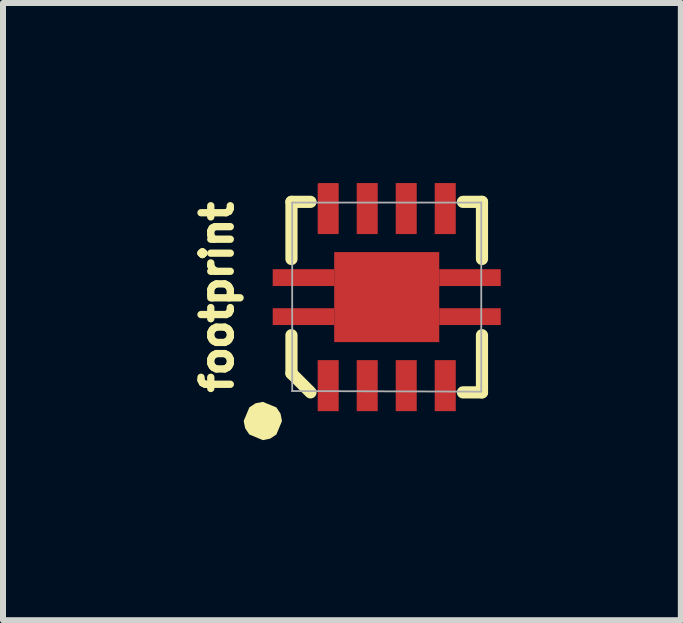
<source format=kicad_pcb>
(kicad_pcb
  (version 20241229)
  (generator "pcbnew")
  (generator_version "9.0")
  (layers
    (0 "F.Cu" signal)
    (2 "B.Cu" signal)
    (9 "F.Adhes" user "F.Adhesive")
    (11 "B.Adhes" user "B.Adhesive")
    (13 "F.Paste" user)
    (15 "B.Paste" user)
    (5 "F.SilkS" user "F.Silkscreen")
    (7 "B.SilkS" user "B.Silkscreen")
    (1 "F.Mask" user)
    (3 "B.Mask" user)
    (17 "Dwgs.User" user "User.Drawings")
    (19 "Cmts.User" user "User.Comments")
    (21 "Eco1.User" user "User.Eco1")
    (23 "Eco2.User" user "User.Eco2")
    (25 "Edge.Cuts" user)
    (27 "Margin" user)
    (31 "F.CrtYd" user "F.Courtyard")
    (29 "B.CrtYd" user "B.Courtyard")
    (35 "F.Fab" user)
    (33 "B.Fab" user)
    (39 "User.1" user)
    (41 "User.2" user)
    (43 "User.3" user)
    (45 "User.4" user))
  (footprint "footprint"
    (layer "F.Cu")
    (at 3.393 1.9)
    (property "Reference" "footprint" (at -2.54 0 90) (layer "F.SilkS") (effects (font (size 0.488 0.488) (thickness 0.122)) (justify bottom)))
    (fp_line (start -1.587 -1.587) (end -1.587 -0.635) (stroke (width 0.203) (type solid)) (layer "F.SilkS"))
    (fp_line (start -1.587 1.27) (end -1.587 0.635) (stroke (width 0.203) (type solid)) (layer "F.SilkS"))
    (fp_line (start -1.27 -1.587) (end -1.587 -1.587) (stroke (width 0.203) (type solid)) (layer "F.SilkS"))
    (fp_line (start -1.27 1.587) (end -1.587 1.27) (stroke (width 0.203) (type solid)) (layer "F.SilkS"))
    (fp_line (start 1.27 -1.587) (end 1.587 -1.587) (stroke (width 0.203) (type solid)) (layer "F.SilkS"))
    (fp_line (start 1.587 -1.587) (end 1.587 -0.635) (stroke (width 0.203) (type solid)) (layer "F.SilkS"))
    (fp_line (start 1.587 0.635) (end 1.587 1.587) (stroke (width 0.203) (type solid)) (layer "F.SilkS"))
    (fp_line (start 1.587 1.587) (end 1.27 1.587) (stroke (width 0.203) (type solid)) (layer "F.SilkS"))
    (fp_poly (pts (xy -1.838 1.838) (xy -1.769 1.942) (xy -1.745 2.064) (xy -1.838 2.289) (xy -1.942 2.358) (xy -2.064 2.383) (xy -2.289 2.289) (xy -2.358 2.186) (xy -2.383 2.064) (xy -2.289 1.838) (xy -2.186 1.769) (xy -2.064 1.745)) (stroke (width 0) (type solid)) (fill yes) (layer "F.SilkS"))
    (fp_poly (pts (xy 0.381 -0.381) (xy -0.381 -0.381) (xy -0.381 0.381) (xy 0.381 0.381)) (stroke (width 0) (type solid)) (fill yes) (layer "F.Paste"))
    (fp_line (start -1.575 -1.575) (end 1.575 -1.575) (stroke (width 0.03) (type solid)) (layer "F.Fab"))
    (fp_line (start -1.575 1.565) (end -1.575 -1.575) (stroke (width 0.03) (type solid)) (layer "F.Fab"))
    (fp_line (start 1.575 -1.575) (end 1.575 1.575) (stroke (width 0.03) (type solid)) (layer "F.Fab"))
    (fp_line (start 1.575 1.575) (end -1.575 1.565) (stroke (width 0.03) (type solid)) (layer "F.Fab"))
    (pad "1" smd rect (at -0.975 1.475 90) (size 0.85 0.35) (layers "F.Cu" "F.Mask" "F.Paste"))
    (pad "2" smd rect (at -0.325 1.475 90) (size 0.85 0.35) (layers "F.Cu" "F.Mask" "F.Paste"))
    (pad "3" smd rect (at 0.325 1.475 90) (size 0.85 0.35) (layers "F.Cu" "F.Mask" "F.Paste"))
    (pad "4" smd rect (at 0.975 1.475 90) (size 0.85 0.35) (layers "F.Cu" "F.Mask" "F.Paste"))
    (pad "5" smd rect (at 0.975 -1.475 90) (size 0.85 0.35) (layers "F.Cu" "F.Mask" "F.Paste"))
    (pad "6" smd rect (at 0.325 -1.475 90) (size 0.85 0.35) (layers "F.Cu" "F.Mask" "F.Paste"))
    (pad "7" smd rect (at -0.325 -1.475 90) (size 0.85 0.35) (layers "F.Cu" "F.Mask" "F.Paste"))
    (pad "8" smd roundrect (at -0.975 -1.475 270) (size 0.85 0.35) (layers "F.Cu" "F.Mask" "F.Paste") (roundrect_rratio 0.05))
    (pad "9" smd rect (at 0 0 90) (size 1.5 1.75) (layers "F.Cu" "F.Mask"))
    (pad "10" smd rect (at -1.387 0.325 180) (size 1.025 0.28) (layers "F.Cu"))
    (pad "11" smd rect (at 1.387 0.325 180) (size 1.025 0.28) (layers "F.Cu"))
    (pad "12" smd rect (at 1.387 -0.325 180) (size 1.025 0.28) (layers "F.Cu"))
    (pad "13" smd rect (at -1.387 -0.325 180) (size 1.025 0.28) (layers "F.Cu"))
    (zone (net_name "") (layer "F.Cu") (hatch edge 0.508) (connect_pads) (min_thickness 0.254) (filled_areas_thickness no) (keepout (tracks not_allowed) (vias not_allowed) (pads not_allowed) (copperpour not_allowed) (footprints allowed)) (placement (enabled no)) (fill) (polygon (pts (xy 1.869 1.163) (xy 2.454 1.163) (xy 2.454 2.637) (xy 1.869 2.637))))
    (zone (net_name "") (layer "F.Cu") (hatch edge 0.508) (connect_pads) (min_thickness 0.254) (filled_areas_thickness no) (keepout (tracks not_allowed) (vias not_allowed) (pads not_allowed) (copperpour not_allowed) (footprints allowed)) (placement (enabled no)) (fill) (polygon (pts (xy 4.333 1.163) (xy 4.917 1.163) (xy 4.917 2.637) (xy 4.333 2.637)))))
  (gr_rect
    (start -3 -3)
    (end 8.293 7.283)
    (stroke (width 0.1) (type default))
    (fill no)
    (layer "Edge.Cuts")))
</source>
